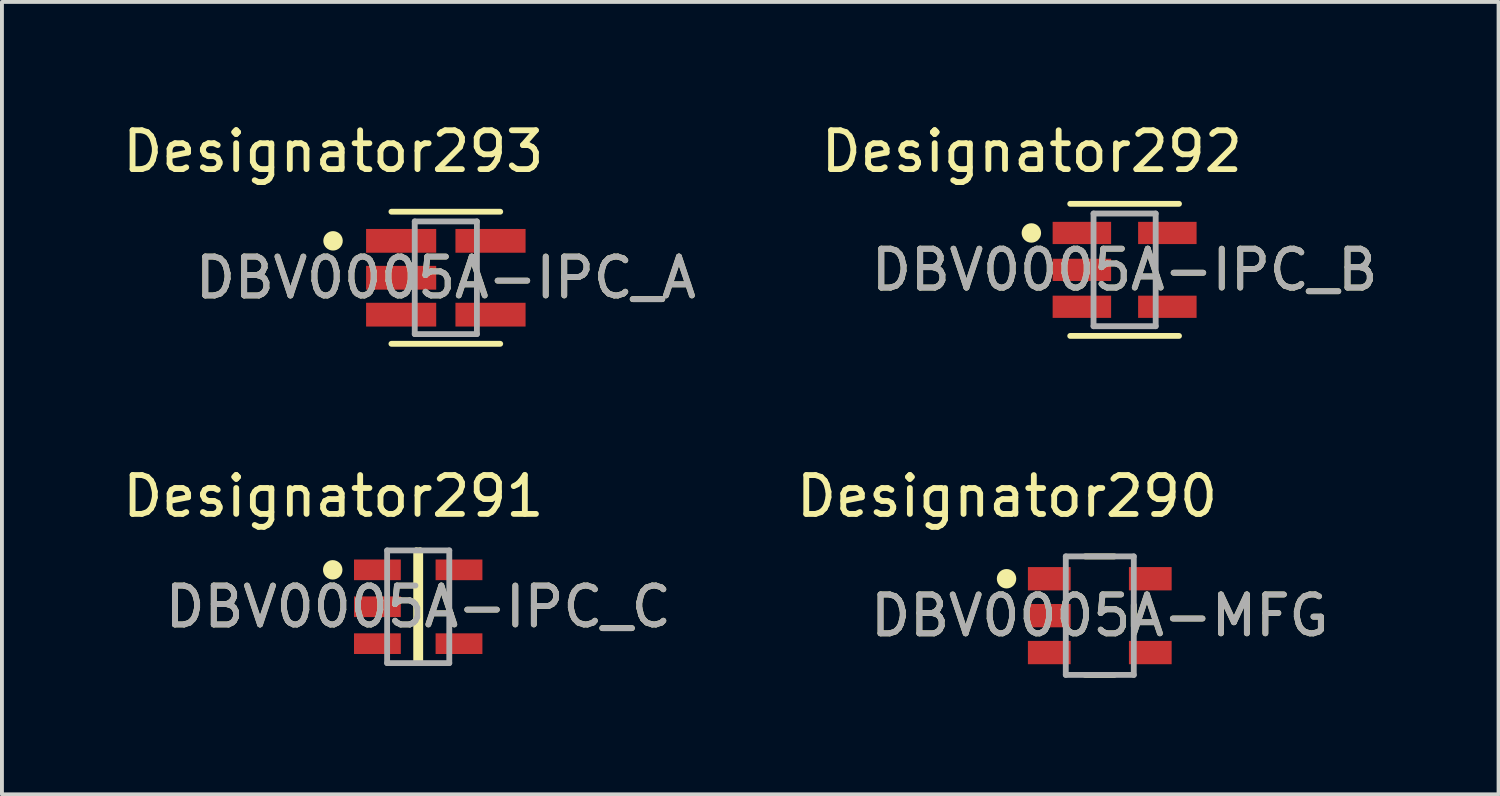
<source format=kicad_pcb>
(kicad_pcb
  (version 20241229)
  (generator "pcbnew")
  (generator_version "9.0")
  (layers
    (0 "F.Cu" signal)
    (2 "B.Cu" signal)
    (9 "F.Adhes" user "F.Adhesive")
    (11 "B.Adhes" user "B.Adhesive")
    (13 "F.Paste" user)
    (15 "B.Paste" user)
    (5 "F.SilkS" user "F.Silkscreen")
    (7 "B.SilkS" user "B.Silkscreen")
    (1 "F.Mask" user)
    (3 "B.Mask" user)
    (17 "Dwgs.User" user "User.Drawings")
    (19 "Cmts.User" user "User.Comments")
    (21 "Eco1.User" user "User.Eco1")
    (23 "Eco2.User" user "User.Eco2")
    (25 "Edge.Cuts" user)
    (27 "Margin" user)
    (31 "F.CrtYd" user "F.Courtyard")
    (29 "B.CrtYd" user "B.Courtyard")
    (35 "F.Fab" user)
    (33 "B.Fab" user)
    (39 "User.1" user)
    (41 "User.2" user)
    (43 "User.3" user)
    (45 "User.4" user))
  (footprint "DBV0005A-IPC_B"
    (layer "F.Cu")
    (at 25.896 3.896)
    (property "Reference" "DBV0005A-IPC_B" (at 0 0 0) (unlocked yes) (layer "F.SilkS") (effects (font (size 1 1) (thickness 0.15))))
    (attr smd)
    (fp_line (start -1.4 -1.7) (end 1.4 -1.7) (stroke (width 0.15) (type solid)) (layer "F.SilkS"))
    (fp_line (start -1.4 1.7) (end 1.4 1.7) (stroke (width 0.15) (type solid)) (layer "F.SilkS"))
    (fp_circle (center -2.4 -0.95) (end -2.275 -0.95) (stroke (width 0.25) (type solid)) (fill no) (layer "F.SilkS"))
    (fp_line (start -0.8 -1.45) (end 0.8 -1.45) (stroke (width 0.15) (type solid)) (layer "F.Fab"))
    (fp_line (start -0.8 1.45) (end -0.8 -1.45) (stroke (width 0.15) (type solid)) (layer "F.Fab"))
    (fp_line (start -0.8 1.45) (end 0.8 1.45) (stroke (width 0.15) (type solid)) (layer "F.Fab"))
    (fp_line (start 0.8 1.45) (end 0.8 -1.45) (stroke (width 0.15) (type solid)) (layer "F.Fab"))
    (fp_text user "Designator292" (at -2.388 -3.048 0) (unlocked yes) (layer "F.SilkS") (effects (font (size 1 1) (thickness 0.15))))
    (fp_text user "${REFERENCE}" (at 0 0 0) (unlocked yes) (layer "F.Fab") (effects (font (size 1 1) (thickness 0.15))))
    (pad "1" smd rect (at -1.1 -0.95) (size 1.505 0.572) (layers "F.Cu" "F.Mask" "F.Paste"))
    (pad "2" smd rect (at -1.1 0) (size 1.505 0.572) (layers "F.Cu" "F.Mask" "F.Paste"))
    (pad "3" smd rect (at -1.1 0.95) (size 1.505 0.572) (layers "F.Cu" "F.Mask" "F.Paste"))
    (pad "4" smd rect (at 1.1 0.95) (size 1.505 0.572) (layers "F.Cu" "F.Mask" "F.Paste"))
    (pad "5" smd rect (at 1.1 -0.95) (size 1.505 0.572) (layers "F.Cu" "F.Mask" "F.Paste")))
  (footprint "DBV0005A-IPC_C"
    (layer "F.Cu")
    (at 7.714 12.567)
    (property "Reference" "DBV0005A-IPC_C" (at 0 0 0) (unlocked yes) (layer "F.SilkS") (effects (font (size 1 1) (thickness 0.15))))
    (attr smd)
    (fp_line (start -0.052 -1.45) (end 0.052 -1.45) (stroke (width 0.15) (type solid)) (layer "F.SilkS"))
    (fp_line (start -0.052 1.45) (end -0.052 -1.45) (stroke (width 0.15) (type solid)) (layer "F.SilkS"))
    (fp_line (start -0.052 1.45) (end 0.052 1.45) (stroke (width 0.15) (type solid)) (layer "F.SilkS"))
    (fp_line (start 0.052 1.45) (end 0.052 -1.45) (stroke (width 0.15) (type solid)) (layer "F.SilkS"))
    (fp_circle (center -2.2 -0.95) (end -2.075 -0.95) (stroke (width 0.25) (type solid)) (fill no) (layer "F.SilkS"))
    (fp_line (start -0.8 -1.45) (end 0.8 -1.45) (stroke (width 0.15) (type solid)) (layer "F.Fab"))
    (fp_line (start -0.8 1.45) (end -0.8 -1.45) (stroke (width 0.15) (type solid)) (layer "F.Fab"))
    (fp_line (start -0.8 1.45) (end 0.8 1.45) (stroke (width 0.15) (type solid)) (layer "F.Fab"))
    (fp_line (start 0.8 1.45) (end 0.8 -1.45) (stroke (width 0.15) (type solid)) (layer "F.Fab"))
    (fp_text user "Designator291" (at -2.184 -2.845 0) (unlocked yes) (layer "F.SilkS") (effects (font (size 1 1) (thickness 0.15))))
    (fp_text user "${REFERENCE}" (at 0 0 0) (unlocked yes) (layer "F.Fab") (effects (font (size 1 1) (thickness 0.15))))
    (pad "1" smd rect (at -1.05 -0.95) (size 1.205 0.532) (layers "F.Cu" "F.Mask" "F.Paste"))
    (pad "2" smd rect (at -1.05 0) (size 1.205 0.532) (layers "F.Cu" "F.Mask" "F.Paste"))
    (pad "3" smd rect (at -1.05 0.95) (size 1.205 0.532) (layers "F.Cu" "F.Mask" "F.Paste"))
    (pad "4" smd rect (at 1.05 0.95) (size 1.205 0.532) (layers "F.Cu" "F.Mask" "F.Paste"))
    (pad "5" smd rect (at 1.05 -0.95) (size 1.205 0.532) (layers "F.Cu" "F.Mask" "F.Paste")))
  (footprint "DBV0005A-IPC_A"
    (layer "F.Cu")
    (at 8.425 4.099)
    (property "Reference" "DBV0005A-IPC_A" (at 0 0 0) (unlocked yes) (layer "F.SilkS") (effects (font (size 1 1) (thickness 0.15))))
    (attr smd)
    (fp_line (start -1.4 -1.7) (end 1.4 -1.7) (stroke (width 0.15) (type solid)) (layer "F.SilkS"))
    (fp_line (start -1.4 1.7) (end 1.4 1.7) (stroke (width 0.15) (type solid)) (layer "F.SilkS"))
    (fp_circle (center -2.903 -0.95) (end -2.778 -0.95) (stroke (width 0.25) (type solid)) (fill no) (layer "F.SilkS"))
    (fp_line (start -0.8 -1.45) (end 0.8 -1.45) (stroke (width 0.15) (type solid)) (layer "F.Fab"))
    (fp_line (start -0.8 1.45) (end -0.8 -1.45) (stroke (width 0.15) (type solid)) (layer "F.Fab"))
    (fp_line (start -0.8 1.45) (end 0.8 1.45) (stroke (width 0.15) (type solid)) (layer "F.Fab"))
    (fp_line (start 0.8 1.45) (end 0.8 -1.45) (stroke (width 0.15) (type solid)) (layer "F.Fab"))
    (fp_text user "Designator293" (at -2.896 -3.251 0) (unlocked yes) (layer "F.SilkS") (effects (font (size 1 1) (thickness 0.15))))
    (fp_text user "${REFERENCE}" (at 0 0 0) (unlocked yes) (layer "F.Fab") (effects (font (size 1 1) (thickness 0.15))))
    (pad "1" smd rect (at -1.15 -0.95) (size 1.805 0.612) (layers "F.Cu" "F.Mask" "F.Paste"))
    (pad "2" smd rect (at -1.15 0) (size 1.805 0.612) (layers "F.Cu" "F.Mask" "F.Paste"))
    (pad "3" smd rect (at -1.15 0.95) (size 1.805 0.612) (layers "F.Cu" "F.Mask" "F.Paste"))
    (pad "4" smd rect (at 1.15 0.95) (size 1.805 0.612) (layers "F.Cu" "F.Mask" "F.Paste"))
    (pad "5" smd rect (at 1.15 -0.95) (size 1.805 0.612) (layers "F.Cu" "F.Mask" "F.Paste")))
  (footprint "DBV0005A-MFG"
    (layer "F.Cu")
    (at 25.257 12.796)
    (property "Reference" "DBV0005A-MFG" (at 0 0 0) (unlocked yes) (layer "F.SilkS") (effects (font (size 1 1) (thickness 0.15))))
    (attr smd)
    (fp_line (start -0.375 -1.525) (end 0.375 -1.525) (stroke (width 0.15) (type solid)) (layer "F.SilkS"))
    (fp_line (start -0.375 1.525) (end 0.375 1.525) (stroke (width 0.15) (type solid)) (layer "F.SilkS"))
    (fp_line (start 0.875 0.275) (end 0.875 -0.275) (stroke (width 0.15) (type solid)) (layer "F.SilkS"))
    (fp_circle (center -2.4 -0.95) (end -2.275 -0.95) (stroke (width 0.25) (type solid)) (fill no) (layer "F.SilkS"))
    (fp_line (start -0.875 -1.525) (end 0.875 -1.525) (stroke (width 0.15) (type solid)) (layer "F.Fab"))
    (fp_line (start -0.875 1.525) (end -0.875 -1.525) (stroke (width 0.15) (type solid)) (layer "F.Fab"))
    (fp_line (start -0.875 1.525) (end 0.875 1.525) (stroke (width 0.15) (type solid)) (layer "F.Fab"))
    (fp_line (start 0.875 1.525) (end 0.875 -1.525) (stroke (width 0.15) (type solid)) (layer "F.Fab"))
    (fp_text user "Designator290" (at -2.388 -3.073 0) (unlocked yes) (layer "F.SilkS") (effects (font (size 1 1) (thickness 0.15))))
    (fp_text user "${REFERENCE}" (at 0 0 0) (unlocked yes) (layer "F.Fab") (effects (font (size 1 1) (thickness 0.15))))
    (pad "1" smd rect (at -1.3 -0.95) (size 1.1 0.6) (layers "F.Cu" "F.Mask" "F.Paste"))
    (pad "2" smd rect (at -1.3 0) (size 1.1 0.6) (layers "F.Cu" "F.Mask" "F.Paste"))
    (pad "3" smd rect (at -1.3 0.95) (size 1.1 0.6) (layers "F.Cu" "F.Mask" "F.Paste"))
    (pad "4" smd rect (at 1.3 0.95) (size 1.1 0.6) (layers "F.Cu" "F.Mask" "F.Paste"))
    (pad "5" smd rect (at 1.3 -0.95) (size 1.1 0.6) (layers "F.Cu" "F.Mask" "F.Paste")))
  (gr_rect
    (start -3 -3)
    (end 35.521 17.396)
    (stroke (width 0.1) (type default))
    (fill no)
    (layer "Edge.Cuts")))
</source>
